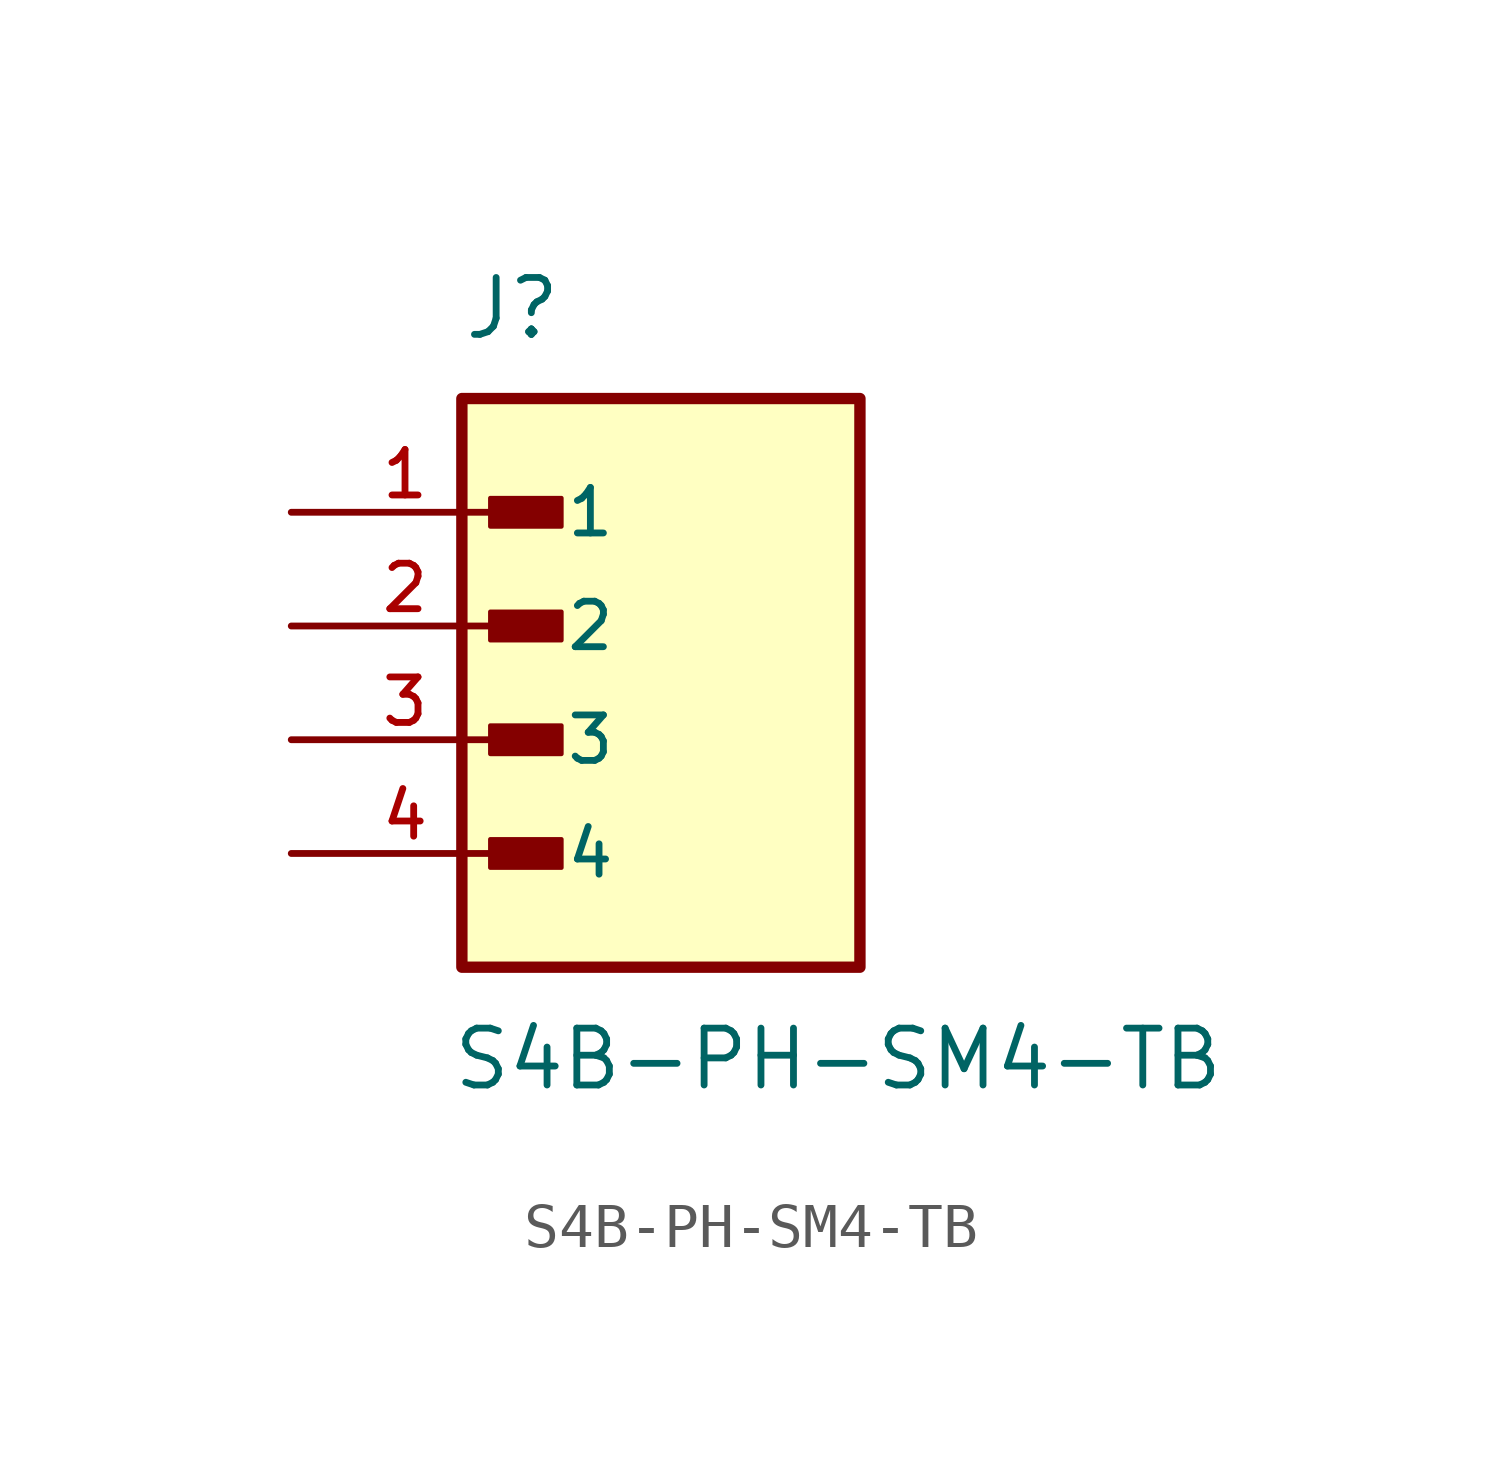
<source format=kicad_sym>
(kicad_symbol_lib
  (version 20211014)
  (generator kicad_symbol_editor)
  (symbol "S4B-PH-SM4-TB"
    (pin_names
      (offset 1.016))
    (property "Reference" "J"
      (at -3.81 6.35 0)
      (effects (font (size 1.27 1.27)) (justify bottom left)))
    (property "Value" "S4B-PH-SM4-TB"
      (at -4.064 -10.414 0)
      (effects (font (size 1.27 1.27)) (justify bottom left)))
    (symbol "S4B-PH-SM4-TB_0_0"
      (rectangle (start -3.175 2.223) (end -1.587 2.857) (stroke (width 0.1)) (fill (type outline)))
      (rectangle (start -3.175 -0.318) (end -1.587 0.318) (stroke (width 0.1)) (fill (type outline)))
      (rectangle (start -3.175 -2.857) (end -1.587 -2.223) (stroke (width 0.1)) (fill (type outline)))
      (rectangle (start -3.175 -5.397) (end -1.587 -4.763) (stroke (width 0.1)) (fill (type outline)))
      (rectangle (start -3.81 -7.62) (end 5.08 5.08) (stroke (width 0.254)) (fill (type background)))
      (pin passive line (at -7.62 2.54 0) (length 5.08) (name "1" (effects (font (size 1.016 1.016)))) (number "1" (effects (font (size 1.016 1.016)))))
      (pin passive line (at -7.62 0.0 0) (length 5.08) (name "2" (effects (font (size 1.016 1.016)))) (number "2" (effects (font (size 1.016 1.016)))))
      (pin passive line (at -7.62 -2.54 0) (length 5.08) (name "3" (effects (font (size 1.016 1.016)))) (number "3" (effects (font (size 1.016 1.016)))))
      (pin passive line (at -7.62 -5.08 0) (length 5.08) (name "4" (effects (font (size 1.016 1.016)))) (number "4" (effects (font (size 1.016 1.016))))))))
</source>
